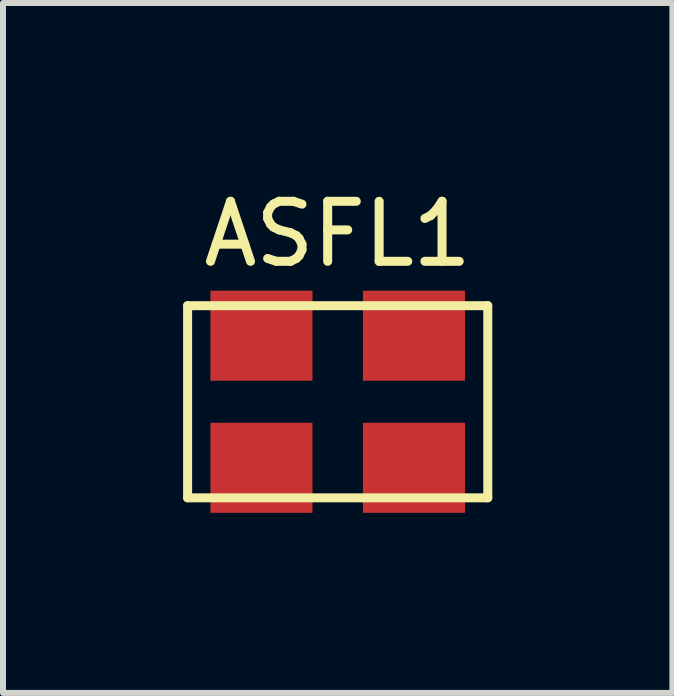
<source format=kicad_pcb>
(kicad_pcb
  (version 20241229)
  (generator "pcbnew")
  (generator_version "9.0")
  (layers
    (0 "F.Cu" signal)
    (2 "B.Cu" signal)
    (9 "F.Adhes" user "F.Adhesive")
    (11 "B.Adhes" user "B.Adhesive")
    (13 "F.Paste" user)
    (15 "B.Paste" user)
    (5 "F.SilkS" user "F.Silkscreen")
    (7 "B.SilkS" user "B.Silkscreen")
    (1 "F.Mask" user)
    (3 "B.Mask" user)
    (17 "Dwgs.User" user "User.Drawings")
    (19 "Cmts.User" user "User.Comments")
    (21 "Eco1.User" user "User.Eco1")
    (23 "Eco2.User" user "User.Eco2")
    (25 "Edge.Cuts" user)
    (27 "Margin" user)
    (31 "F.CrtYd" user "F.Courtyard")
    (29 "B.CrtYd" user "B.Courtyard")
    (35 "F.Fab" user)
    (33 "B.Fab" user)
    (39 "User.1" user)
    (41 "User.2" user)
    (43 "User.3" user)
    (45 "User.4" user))
  (footprint "ASFL1"
    (layer "F.Cu")
    (at 2.575 3.642)
    (property "Reference" "ASFL1" (at 0 -2.794 0) (layer "F.SilkS") (effects (font (size 1 1) (thickness 0.15))))
    (attr through_hole)
    (fp_line (start -2.5 -1.6) (end 2.5 -1.6) (stroke (width 0.15) (type solid)) (layer "F.SilkS"))
    (fp_line (start -2.5 1.6) (end -2.5 -1.6) (stroke (width 0.15) (type solid)) (layer "F.SilkS"))
    (fp_line (start 2.5 -1.6) (end 2.5 1.6) (stroke (width 0.15) (type solid)) (layer "F.SilkS"))
    (fp_line (start 2.5 1.6) (end -2.5 1.6) (stroke (width 0.15) (type solid)) (layer "F.SilkS"))
    (pad "1" smd rect (at -1.27 1.1) (size 1.7 1.5) (layers "F.Cu" "F.Mask" "F.Paste"))
    (pad "2" smd rect (at 1.27 1.1) (size 1.7 1.5) (layers "F.Cu" "F.Mask" "F.Paste"))
    (pad "3" smd rect (at 1.27 -1.1) (size 1.7 1.5) (layers "F.Cu" "F.Mask" "F.Paste"))
    (pad "4" smd rect (at -1.27 -1.1) (size 1.7 1.5) (layers "F.Cu" "F.Mask" "F.Paste")))
  (gr_rect
    (start -3 -3)
    (end 8.15 8.492)
    (stroke (width 0.1) (type default))
    (fill no)
    (layer "Edge.Cuts")))
</source>
